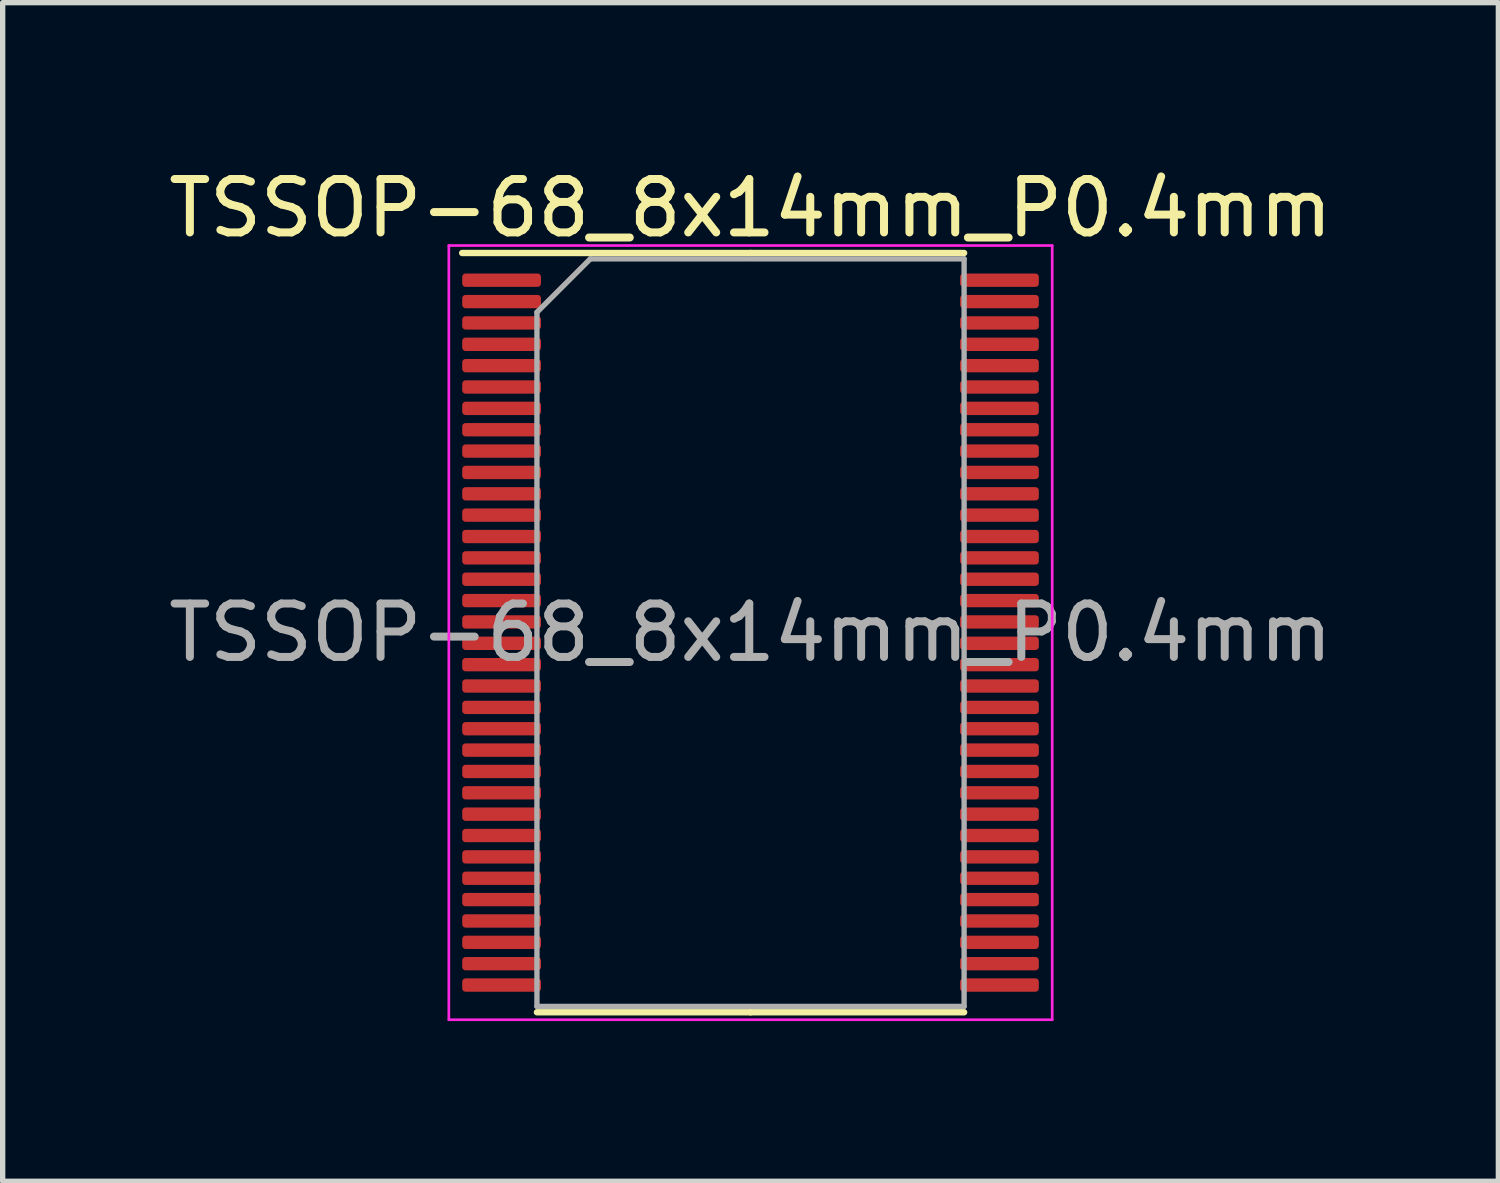
<source format=kicad_pcb>
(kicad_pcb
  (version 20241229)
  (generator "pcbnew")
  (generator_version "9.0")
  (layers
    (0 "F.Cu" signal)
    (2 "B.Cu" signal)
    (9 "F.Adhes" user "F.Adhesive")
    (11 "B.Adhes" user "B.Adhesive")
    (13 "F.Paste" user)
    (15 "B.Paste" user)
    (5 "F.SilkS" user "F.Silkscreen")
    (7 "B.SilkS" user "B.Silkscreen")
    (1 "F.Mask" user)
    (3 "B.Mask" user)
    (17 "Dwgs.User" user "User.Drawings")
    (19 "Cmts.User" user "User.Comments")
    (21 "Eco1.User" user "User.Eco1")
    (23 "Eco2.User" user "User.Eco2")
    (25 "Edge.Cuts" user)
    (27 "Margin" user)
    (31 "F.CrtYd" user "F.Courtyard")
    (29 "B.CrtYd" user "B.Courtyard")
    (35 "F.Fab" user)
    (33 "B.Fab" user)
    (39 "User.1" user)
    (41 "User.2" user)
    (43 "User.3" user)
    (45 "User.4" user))
  (footprint "TSSOP-68_8x14mm_P0.4mm"
    (layer "F.Cu")
    (at 11.006 8.798)
    (property "Reference" "TSSOP-68_8x14mm_P0.4mm" (at 0 -7.95 0) (layer "F.SilkS") (effects (font (size 1 1) (thickness 0.15))))
    (attr smd)
    (fp_line (start 0 -7.11) (end -5.4 -7.11) (stroke (width 0.12) (type solid)) (layer "F.SilkS"))
    (fp_line (start 0 -7.11) (end 4 -7.11) (stroke (width 0.12) (type solid)) (layer "F.SilkS"))
    (fp_line (start 0 7.11) (end -4 7.11) (stroke (width 0.12) (type solid)) (layer "F.SilkS"))
    (fp_line (start 0 7.11) (end 4 7.11) (stroke (width 0.12) (type solid)) (layer "F.SilkS"))
    (fp_line (start -5.65 -7.25) (end -5.65 7.25) (stroke (width 0.05) (type solid)) (layer "F.CrtYd"))
    (fp_line (start -5.65 7.25) (end 5.65 7.25) (stroke (width 0.05) (type solid)) (layer "F.CrtYd"))
    (fp_line (start 5.65 -7.25) (end -5.65 -7.25) (stroke (width 0.05) (type solid)) (layer "F.CrtYd"))
    (fp_line (start 5.65 7.25) (end 5.65 -7.25) (stroke (width 0.05) (type solid)) (layer "F.CrtYd"))
    (fp_line (start -4 -6) (end -3 -7) (stroke (width 0.1) (type solid)) (layer "F.Fab"))
    (fp_line (start -4 7) (end -4 -6) (stroke (width 0.1) (type solid)) (layer "F.Fab"))
    (fp_line (start -3 -7) (end 4 -7) (stroke (width 0.1) (type solid)) (layer "F.Fab"))
    (fp_line (start 4 -7) (end 4 7) (stroke (width 0.1) (type solid)) (layer "F.Fab"))
    (fp_line (start 4 7) (end -4 7) (stroke (width 0.1) (type solid)) (layer "F.Fab"))
    (fp_text user "${REFERENCE}" (at 0 0 0) (layer "F.Fab") (effects (font (size 1 1) (thickness 0.15))))
    (pad "1" smd roundrect (at -4.662 -6.6) (size 1.475 0.25) (layers "F.Cu" "F.Mask" "F.Paste") (roundrect_rratio 0.25))
    (pad "2" smd roundrect (at -4.662 -6.2) (size 1.475 0.25) (layers "F.Cu" "F.Mask" "F.Paste") (roundrect_rratio 0.25))
    (pad "3" smd roundrect (at -4.662 -5.8) (size 1.475 0.25) (layers "F.Cu" "F.Mask" "F.Paste") (roundrect_rratio 0.25))
    (pad "4" smd roundrect (at -4.662 -5.4) (size 1.475 0.25) (layers "F.Cu" "F.Mask" "F.Paste") (roundrect_rratio 0.25))
    (pad "5" smd roundrect (at -4.662 -5) (size 1.475 0.25) (layers "F.Cu" "F.Mask" "F.Paste") (roundrect_rratio 0.25))
    (pad "6" smd roundrect (at -4.662 -4.6) (size 1.475 0.25) (layers "F.Cu" "F.Mask" "F.Paste") (roundrect_rratio 0.25))
    (pad "7" smd roundrect (at -4.662 -4.2) (size 1.475 0.25) (layers "F.Cu" "F.Mask" "F.Paste") (roundrect_rratio 0.25))
    (pad "8" smd roundrect (at -4.662 -3.8) (size 1.475 0.25) (layers "F.Cu" "F.Mask" "F.Paste") (roundrect_rratio 0.25))
    (pad "9" smd roundrect (at -4.662 -3.4) (size 1.475 0.25) (layers "F.Cu" "F.Mask" "F.Paste") (roundrect_rratio 0.25))
    (pad "10" smd roundrect (at -4.662 -3) (size 1.475 0.25) (layers "F.Cu" "F.Mask" "F.Paste") (roundrect_rratio 0.25))
    (pad "11" smd roundrect (at -4.662 -2.6) (size 1.475 0.25) (layers "F.Cu" "F.Mask" "F.Paste") (roundrect_rratio 0.25))
    (pad "12" smd roundrect (at -4.662 -2.2) (size 1.475 0.25) (layers "F.Cu" "F.Mask" "F.Paste") (roundrect_rratio 0.25))
    (pad "13" smd roundrect (at -4.662 -1.8) (size 1.475 0.25) (layers "F.Cu" "F.Mask" "F.Paste") (roundrect_rratio 0.25))
    (pad "14" smd roundrect (at -4.662 -1.4) (size 1.475 0.25) (layers "F.Cu" "F.Mask" "F.Paste") (roundrect_rratio 0.25))
    (pad "15" smd roundrect (at -4.662 -1) (size 1.475 0.25) (layers "F.Cu" "F.Mask" "F.Paste") (roundrect_rratio 0.25))
    (pad "16" smd roundrect (at -4.662 -0.6) (size 1.475 0.25) (layers "F.Cu" "F.Mask" "F.Paste") (roundrect_rratio 0.25))
    (pad "17" smd roundrect (at -4.662 -0.2) (size 1.475 0.25) (layers "F.Cu" "F.Mask" "F.Paste") (roundrect_rratio 0.25))
    (pad "18" smd roundrect (at -4.662 0.2) (size 1.475 0.25) (layers "F.Cu" "F.Mask" "F.Paste") (roundrect_rratio 0.25))
    (pad "19" smd roundrect (at -4.662 0.6) (size 1.475 0.25) (layers "F.Cu" "F.Mask" "F.Paste") (roundrect_rratio 0.25))
    (pad "20" smd roundrect (at -4.662 1) (size 1.475 0.25) (layers "F.Cu" "F.Mask" "F.Paste") (roundrect_rratio 0.25))
    (pad "21" smd roundrect (at -4.662 1.4) (size 1.475 0.25) (layers "F.Cu" "F.Mask" "F.Paste") (roundrect_rratio 0.25))
    (pad "22" smd roundrect (at -4.662 1.8) (size 1.475 0.25) (layers "F.Cu" "F.Mask" "F.Paste") (roundrect_rratio 0.25))
    (pad "23" smd roundrect (at -4.662 2.2) (size 1.475 0.25) (layers "F.Cu" "F.Mask" "F.Paste") (roundrect_rratio 0.25))
    (pad "24" smd roundrect (at -4.662 2.6) (size 1.475 0.25) (layers "F.Cu" "F.Mask" "F.Paste") (roundrect_rratio 0.25))
    (pad "25" smd roundrect (at -4.662 3) (size 1.475 0.25) (layers "F.Cu" "F.Mask" "F.Paste") (roundrect_rratio 0.25))
    (pad "26" smd roundrect (at -4.662 3.4) (size 1.475 0.25) (layers "F.Cu" "F.Mask" "F.Paste") (roundrect_rratio 0.25))
    (pad "27" smd roundrect (at -4.662 3.8) (size 1.475 0.25) (layers "F.Cu" "F.Mask" "F.Paste") (roundrect_rratio 0.25))
    (pad "28" smd roundrect (at -4.662 4.2) (size 1.475 0.25) (layers "F.Cu" "F.Mask" "F.Paste") (roundrect_rratio 0.25))
    (pad "29" smd roundrect (at -4.662 4.6) (size 1.475 0.25) (layers "F.Cu" "F.Mask" "F.Paste") (roundrect_rratio 0.25))
    (pad "30" smd roundrect (at -4.662 5) (size 1.475 0.25) (layers "F.Cu" "F.Mask" "F.Paste") (roundrect_rratio 0.25))
    (pad "31" smd roundrect (at -4.662 5.4) (size 1.475 0.25) (layers "F.Cu" "F.Mask" "F.Paste") (roundrect_rratio 0.25))
    (pad "32" smd roundrect (at -4.662 5.8) (size 1.475 0.25) (layers "F.Cu" "F.Mask" "F.Paste") (roundrect_rratio 0.25))
    (pad "33" smd roundrect (at -4.662 6.2) (size 1.475 0.25) (layers "F.Cu" "F.Mask" "F.Paste") (roundrect_rratio 0.25))
    (pad "34" smd roundrect (at -4.662 6.6) (size 1.475 0.25) (layers "F.Cu" "F.Mask" "F.Paste") (roundrect_rratio 0.25))
    (pad "35" smd roundrect (at 4.662 6.6) (size 1.475 0.25) (layers "F.Cu" "F.Mask" "F.Paste") (roundrect_rratio 0.25))
    (pad "36" smd roundrect (at 4.662 6.2) (size 1.475 0.25) (layers "F.Cu" "F.Mask" "F.Paste") (roundrect_rratio 0.25))
    (pad "37" smd roundrect (at 4.662 5.8) (size 1.475 0.25) (layers "F.Cu" "F.Mask" "F.Paste") (roundrect_rratio 0.25))
    (pad "38" smd roundrect (at 4.662 5.4) (size 1.475 0.25) (layers "F.Cu" "F.Mask" "F.Paste") (roundrect_rratio 0.25))
    (pad "39" smd roundrect (at 4.662 5) (size 1.475 0.25) (layers "F.Cu" "F.Mask" "F.Paste") (roundrect_rratio 0.25))
    (pad "40" smd roundrect (at 4.662 4.6) (size 1.475 0.25) (layers "F.Cu" "F.Mask" "F.Paste") (roundrect_rratio 0.25))
    (pad "41" smd roundrect (at 4.662 4.2) (size 1.475 0.25) (layers "F.Cu" "F.Mask" "F.Paste") (roundrect_rratio 0.25))
    (pad "42" smd roundrect (at 4.662 3.8) (size 1.475 0.25) (layers "F.Cu" "F.Mask" "F.Paste") (roundrect_rratio 0.25))
    (pad "43" smd roundrect (at 4.662 3.4) (size 1.475 0.25) (layers "F.Cu" "F.Mask" "F.Paste") (roundrect_rratio 0.25))
    (pad "44" smd roundrect (at 4.662 3) (size 1.475 0.25) (layers "F.Cu" "F.Mask" "F.Paste") (roundrect_rratio 0.25))
    (pad "45" smd roundrect (at 4.662 2.6) (size 1.475 0.25) (layers "F.Cu" "F.Mask" "F.Paste") (roundrect_rratio 0.25))
    (pad "46" smd roundrect (at 4.662 2.2) (size 1.475 0.25) (layers "F.Cu" "F.Mask" "F.Paste") (roundrect_rratio 0.25))
    (pad "47" smd roundrect (at 4.662 1.8) (size 1.475 0.25) (layers "F.Cu" "F.Mask" "F.Paste") (roundrect_rratio 0.25))
    (pad "48" smd roundrect (at 4.662 1.4) (size 1.475 0.25) (layers "F.Cu" "F.Mask" "F.Paste") (roundrect_rratio 0.25))
    (pad "49" smd roundrect (at 4.662 1) (size 1.475 0.25) (layers "F.Cu" "F.Mask" "F.Paste") (roundrect_rratio 0.25))
    (pad "50" smd roundrect (at 4.662 0.6) (size 1.475 0.25) (layers "F.Cu" "F.Mask" "F.Paste") (roundrect_rratio 0.25))
    (pad "51" smd roundrect (at 4.662 0.2) (size 1.475 0.25) (layers "F.Cu" "F.Mask" "F.Paste") (roundrect_rratio 0.25))
    (pad "52" smd roundrect (at 4.662 -0.2) (size 1.475 0.25) (layers "F.Cu" "F.Mask" "F.Paste") (roundrect_rratio 0.25))
    (pad "53" smd roundrect (at 4.662 -0.6) (size 1.475 0.25) (layers "F.Cu" "F.Mask" "F.Paste") (roundrect_rratio 0.25))
    (pad "54" smd roundrect (at 4.662 -1) (size 1.475 0.25) (layers "F.Cu" "F.Mask" "F.Paste") (roundrect_rratio 0.25))
    (pad "55" smd roundrect (at 4.662 -1.4) (size 1.475 0.25) (layers "F.Cu" "F.Mask" "F.Paste") (roundrect_rratio 0.25))
    (pad "56" smd roundrect (at 4.662 -1.8) (size 1.475 0.25) (layers "F.Cu" "F.Mask" "F.Paste") (roundrect_rratio 0.25))
    (pad "57" smd roundrect (at 4.662 -2.2) (size 1.475 0.25) (layers "F.Cu" "F.Mask" "F.Paste") (roundrect_rratio 0.25))
    (pad "58" smd roundrect (at 4.662 -2.6) (size 1.475 0.25) (layers "F.Cu" "F.Mask" "F.Paste") (roundrect_rratio 0.25))
    (pad "59" smd roundrect (at 4.662 -3) (size 1.475 0.25) (layers "F.Cu" "F.Mask" "F.Paste") (roundrect_rratio 0.25))
    (pad "60" smd roundrect (at 4.662 -3.4) (size 1.475 0.25) (layers "F.Cu" "F.Mask" "F.Paste") (roundrect_rratio 0.25))
    (pad "61" smd roundrect (at 4.662 -3.8) (size 1.475 0.25) (layers "F.Cu" "F.Mask" "F.Paste") (roundrect_rratio 0.25))
    (pad "62" smd roundrect (at 4.662 -4.2) (size 1.475 0.25) (layers "F.Cu" "F.Mask" "F.Paste") (roundrect_rratio 0.25))
    (pad "63" smd roundrect (at 4.662 -4.6) (size 1.475 0.25) (layers "F.Cu" "F.Mask" "F.Paste") (roundrect_rratio 0.25))
    (pad "64" smd roundrect (at 4.662 -5) (size 1.475 0.25) (layers "F.Cu" "F.Mask" "F.Paste") (roundrect_rratio 0.25))
    (pad "65" smd roundrect (at 4.662 -5.4) (size 1.475 0.25) (layers "F.Cu" "F.Mask" "F.Paste") (roundrect_rratio 0.25))
    (pad "66" smd roundrect (at 4.662 -5.8) (size 1.475 0.25) (layers "F.Cu" "F.Mask" "F.Paste") (roundrect_rratio 0.25))
    (pad "67" smd roundrect (at 4.662 -6.2) (size 1.475 0.25) (layers "F.Cu" "F.Mask" "F.Paste") (roundrect_rratio 0.25))
    (pad "68" smd roundrect (at 4.662 -6.6) (size 1.475 0.25) (layers "F.Cu" "F.Mask" "F.Paste") (roundrect_rratio 0.25)))
  (gr_rect
    (start -3 -3)
    (end 25.012 19.073)
    (stroke (width 0.1) (type default))
    (fill no)
    (layer "Edge.Cuts")))
</source>
